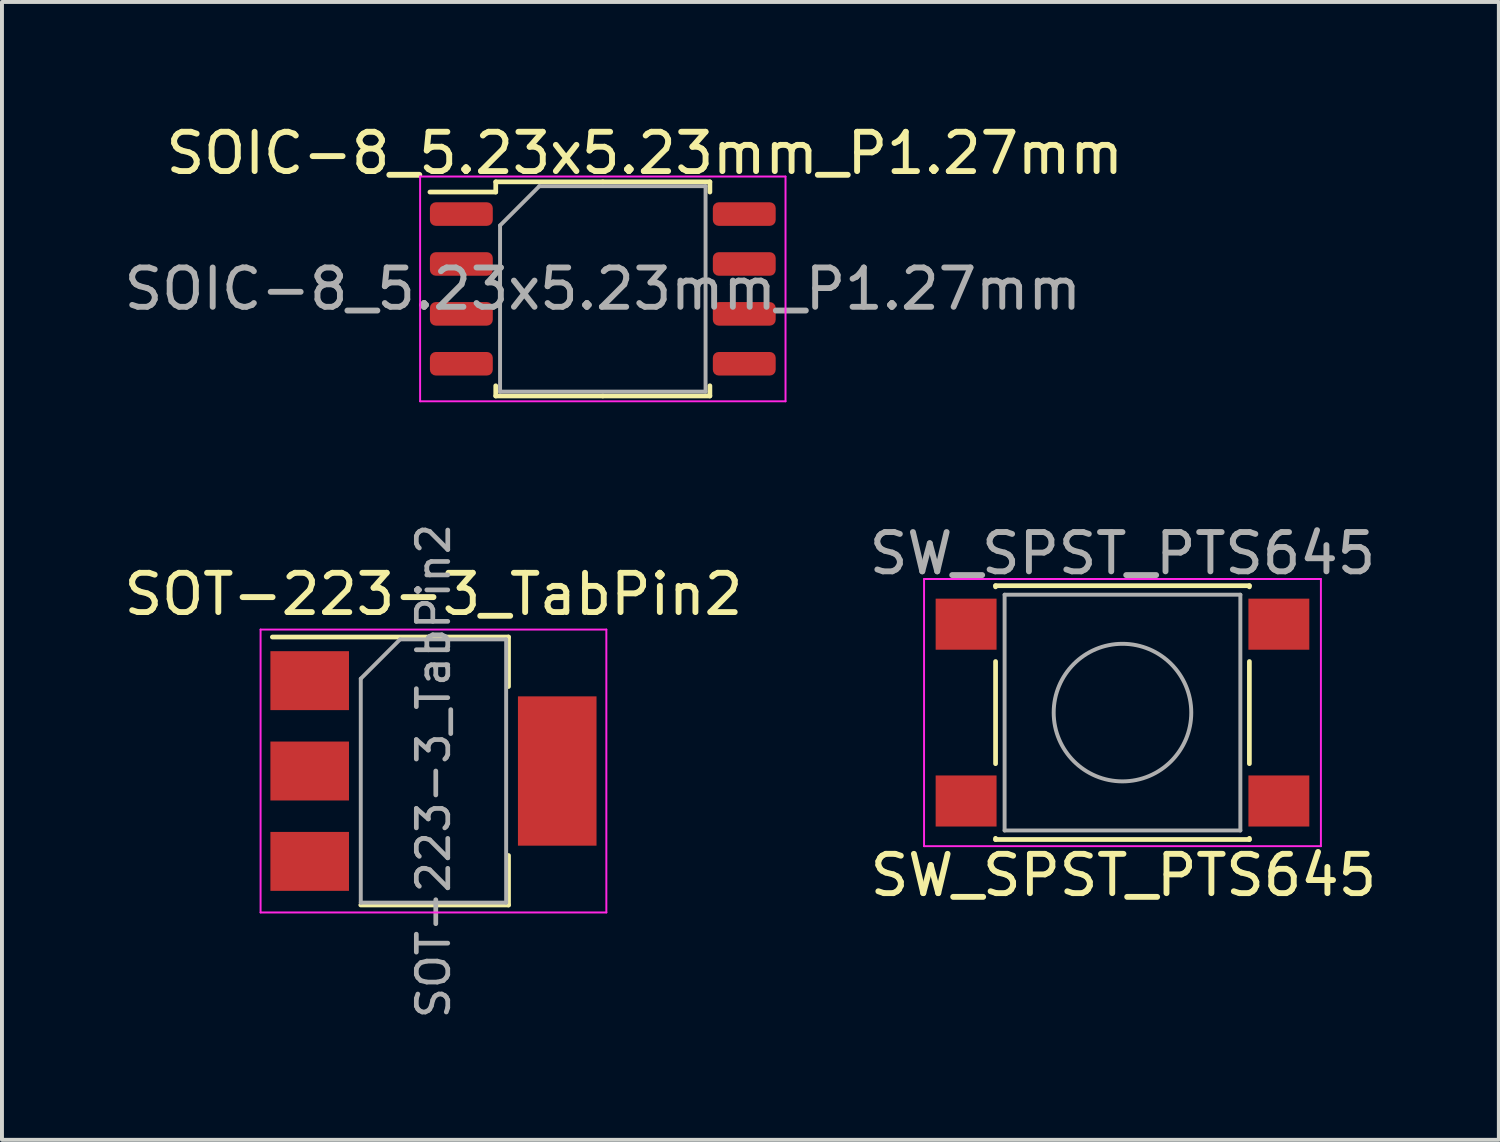
<source format=kicad_pcb>
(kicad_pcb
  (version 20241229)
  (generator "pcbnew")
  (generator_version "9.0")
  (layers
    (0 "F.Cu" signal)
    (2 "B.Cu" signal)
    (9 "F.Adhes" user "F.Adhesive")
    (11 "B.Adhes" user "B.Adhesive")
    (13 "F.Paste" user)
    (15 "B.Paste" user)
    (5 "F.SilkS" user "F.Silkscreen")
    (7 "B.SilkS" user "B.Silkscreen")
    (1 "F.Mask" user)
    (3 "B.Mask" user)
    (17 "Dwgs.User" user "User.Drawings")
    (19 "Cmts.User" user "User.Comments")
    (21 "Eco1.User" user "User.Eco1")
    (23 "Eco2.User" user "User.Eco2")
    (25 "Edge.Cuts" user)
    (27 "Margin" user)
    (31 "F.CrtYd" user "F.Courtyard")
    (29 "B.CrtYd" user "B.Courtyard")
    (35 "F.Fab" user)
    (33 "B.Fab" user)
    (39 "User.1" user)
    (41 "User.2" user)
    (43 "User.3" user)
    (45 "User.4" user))
  (footprint "SOT-223-3_TabPin2"
    (placed yes)
    (layer "F.Cu")
    (at 7.982 16.573)
    (property "Reference" "SOT-223-3_TabPin2" (at 0 -4.5 0) (layer "F.SilkS") (effects (font (size 1 1) (thickness 0.15))))
    (attr smd)
    (fp_line (start -4.1 -3.41) (end 1.91 -3.41) (stroke (width 0.12) (type solid)) (layer "F.SilkS"))
    (fp_line (start -1.85 3.41) (end 1.91 3.41) (stroke (width 0.12) (type solid)) (layer "F.SilkS"))
    (fp_line (start 1.91 -3.41) (end 1.91 -2.15) (stroke (width 0.12) (type solid)) (layer "F.SilkS"))
    (fp_line (start 1.91 3.41) (end 1.91 2.15) (stroke (width 0.12) (type solid)) (layer "F.SilkS"))
    (fp_line (start -4.4 -3.6) (end -4.4 3.6) (stroke (width 0.05) (type solid)) (layer "F.CrtYd"))
    (fp_line (start -4.4 3.6) (end 4.4 3.6) (stroke (width 0.05) (type solid)) (layer "F.CrtYd"))
    (fp_line (start 4.4 -3.6) (end -4.4 -3.6) (stroke (width 0.05) (type solid)) (layer "F.CrtYd"))
    (fp_line (start 4.4 3.6) (end 4.4 -3.6) (stroke (width 0.05) (type solid)) (layer "F.CrtYd"))
    (fp_line (start -1.85 -2.35) (end -1.85 3.35) (stroke (width 0.1) (type solid)) (layer "F.Fab"))
    (fp_line (start -1.85 -2.35) (end -0.85 -3.35) (stroke (width 0.1) (type solid)) (layer "F.Fab"))
    (fp_line (start -1.85 3.35) (end 1.85 3.35) (stroke (width 0.1) (type solid)) (layer "F.Fab"))
    (fp_line (start -0.85 -3.35) (end 1.85 -3.35) (stroke (width 0.1) (type solid)) (layer "F.Fab"))
    (fp_line (start 1.85 -3.35) (end 1.85 3.35) (stroke (width 0.1) (type solid)) (layer "F.Fab"))
    (fp_text user "${REFERENCE}" (at 0 0 90) (layer "F.Fab") (effects (font (size 0.8 0.8) (thickness 0.12))))
    (pad "1" smd rect (at -3.15 -2.3 180) (size 2 1.5) (layers "F.Cu" "F.Mask" "F.Paste"))
    (pad "2" smd rect (at -3.15 0 180) (size 2 1.5) (layers "F.Cu" "F.Mask" "F.Paste"))
    (pad "2" smd rect (at 3.15 0 180) (size 2 3.8) (layers "F.Cu" "F.Mask" "F.Paste"))
    (pad "3" smd rect (at -3.15 2.3 180) (size 2 1.5) (layers "F.Cu" "F.Mask" "F.Paste")))
  (footprint "SOIC-8_5.23x5.23mm_P1.27mm"
    (layer "F.Cu")
    (at 12.292 4.303)
    (property "Reference" "SOIC-8_5.23x5.23mm_P1.27mm" (at 1.067 -3.454 0) (layer "F.SilkS") (effects (font (size 1 1) (thickness 0.15))))
    (attr smd)
    (fp_line (start -2.725 -2.725) (end -2.725 -2.465) (stroke (width 0.12) (type solid)) (layer "F.SilkS"))
    (fp_line (start -2.725 -2.465) (end -4.4 -2.465) (stroke (width 0.12) (type solid)) (layer "F.SilkS"))
    (fp_line (start -2.725 2.725) (end -2.725 2.465) (stroke (width 0.12) (type solid)) (layer "F.SilkS"))
    (fp_line (start 0 -2.725) (end -2.725 -2.725) (stroke (width 0.12) (type solid)) (layer "F.SilkS"))
    (fp_line (start 0 -2.725) (end 2.725 -2.725) (stroke (width 0.12) (type solid)) (layer "F.SilkS"))
    (fp_line (start 0 2.725) (end -2.725 2.725) (stroke (width 0.12) (type solid)) (layer "F.SilkS"))
    (fp_line (start 0 2.725) (end 2.725 2.725) (stroke (width 0.12) (type solid)) (layer "F.SilkS"))
    (fp_line (start 2.725 -2.725) (end 2.725 -2.465) (stroke (width 0.12) (type solid)) (layer "F.SilkS"))
    (fp_line (start 2.725 2.725) (end 2.725 2.465) (stroke (width 0.12) (type solid)) (layer "F.SilkS"))
    (fp_line (start -4.65 -2.86) (end -4.65 2.86) (stroke (width 0.05) (type solid)) (layer "F.CrtYd"))
    (fp_line (start -4.65 2.86) (end 4.65 2.86) (stroke (width 0.05) (type solid)) (layer "F.CrtYd"))
    (fp_line (start 4.65 -2.86) (end -4.65 -2.86) (stroke (width 0.05) (type solid)) (layer "F.CrtYd"))
    (fp_line (start 4.65 2.86) (end 4.65 -2.86) (stroke (width 0.05) (type solid)) (layer "F.CrtYd"))
    (fp_line (start -2.615 -1.615) (end -1.615 -2.615) (stroke (width 0.1) (type solid)) (layer "F.Fab"))
    (fp_line (start -2.615 2.615) (end -2.615 -1.615) (stroke (width 0.1) (type solid)) (layer "F.Fab"))
    (fp_line (start -1.615 -2.615) (end 2.615 -2.615) (stroke (width 0.1) (type solid)) (layer "F.Fab"))
    (fp_line (start 2.615 -2.615) (end 2.615 2.615) (stroke (width 0.1) (type solid)) (layer "F.Fab"))
    (fp_line (start 2.615 2.615) (end -2.615 2.615) (stroke (width 0.1) (type solid)) (layer "F.Fab"))
    (fp_text user "${REFERENCE}" (at 0 0 0) (layer "F.Fab") (effects (font (size 1 1) (thickness 0.15))))
    (pad "1" smd roundrect (at -3.6 -1.905 180) (size 1.6 0.6) (layers "F.Cu" "F.Mask" "F.Paste") (roundrect_rratio 0.25))
    (pad "2" smd roundrect (at -3.6 -0.635 180) (size 1.6 0.6) (layers "F.Cu" "F.Mask" "F.Paste") (roundrect_rratio 0.25))
    (pad "3" smd roundrect (at -3.6 0.635 180) (size 1.6 0.6) (layers "F.Cu" "F.Mask" "F.Paste") (roundrect_rratio 0.25))
    (pad "4" smd roundrect (at -3.6 1.905 180) (size 1.6 0.6) (layers "F.Cu" "F.Mask" "F.Paste") (roundrect_rratio 0.25))
    (pad "5" smd roundrect (at 3.6 1.905 180) (size 1.6 0.6) (layers "F.Cu" "F.Mask" "F.Paste") (roundrect_rratio 0.25))
    (pad "6" smd roundrect (at 3.6 0.635 180) (size 1.6 0.6) (layers "F.Cu" "F.Mask" "F.Paste") (roundrect_rratio 0.25))
    (pad "7" smd roundrect (at 3.6 -0.635 180) (size 1.6 0.6) (layers "F.Cu" "F.Mask" "F.Paste") (roundrect_rratio 0.25))
    (pad "8" smd roundrect (at 3.6 -1.905 180) (size 1.6 0.6) (layers "F.Cu" "F.Mask" "F.Paste") (roundrect_rratio 0.25)))
  (footprint "SW_SPST_PTS645"
    (layer "F.Cu")
    (at 25.518 15.086)
    (property "Reference" "SW_SPST_PTS645" (at 0.025 4.14 0) (layer "F.SilkS") (effects (font (size 1 1) (thickness 0.15))))
    (attr smd)
    (fp_line (start -3.23 -3.23) (end 3.23 -3.23) (stroke (width 0.12) (type solid)) (layer "F.SilkS"))
    (fp_line (start -3.23 -3.2) (end -3.23 -3.23) (stroke (width 0.12) (type solid)) (layer "F.SilkS"))
    (fp_line (start -3.23 -1.3) (end -3.23 1.3) (stroke (width 0.12) (type solid)) (layer "F.SilkS"))
    (fp_line (start -3.23 3.23) (end -3.23 3.2) (stroke (width 0.12) (type solid)) (layer "F.SilkS"))
    (fp_line (start -3.23 3.23) (end 3.23 3.23) (stroke (width 0.12) (type solid)) (layer "F.SilkS"))
    (fp_line (start 3.23 -3.23) (end 3.23 -3.2) (stroke (width 0.12) (type solid)) (layer "F.SilkS"))
    (fp_line (start 3.23 -1.3) (end 3.23 1.3) (stroke (width 0.12) (type solid)) (layer "F.SilkS"))
    (fp_line (start 3.23 3.23) (end 3.23 3.2) (stroke (width 0.12) (type solid)) (layer "F.SilkS"))
    (fp_line (start -5.05 -3.4) (end -5.05 3.4) (stroke (width 0.05) (type solid)) (layer "F.CrtYd"))
    (fp_line (start -5.05 -3.4) (end 5.05 -3.4) (stroke (width 0.05) (type solid)) (layer "F.CrtYd"))
    (fp_line (start -5.05 3.4) (end 5.05 3.4) (stroke (width 0.05) (type solid)) (layer "F.CrtYd"))
    (fp_line (start 5.05 3.4) (end 5.05 -3.4) (stroke (width 0.05) (type solid)) (layer "F.CrtYd"))
    (fp_line (start -3 -3) (end -3 3) (stroke (width 0.1) (type solid)) (layer "F.Fab"))
    (fp_line (start -3 3) (end 3 3) (stroke (width 0.1) (type solid)) (layer "F.Fab"))
    (fp_line (start 3 -3) (end -3 -3) (stroke (width 0.1) (type solid)) (layer "F.Fab"))
    (fp_line (start 3 3) (end 3 -3) (stroke (width 0.1) (type solid)) (layer "F.Fab"))
    (fp_circle (center 0 0) (end 1.75 -0.05) (stroke (width 0.1) (type solid)) (fill no) (layer "F.Fab"))
    (fp_text user "${REFERENCE}" (at 0 -4.05 0) (layer "F.Fab") (effects (font (size 1 1) (thickness 0.15))))
    (pad "1" smd rect (at -3.98 -2.25 180) (size 1.55 1.3) (layers "F.Cu" "F.Mask" "F.Paste"))
    (pad "1" smd rect (at 3.98 -2.25 180) (size 1.55 1.3) (layers "F.Cu" "F.Mask" "F.Paste"))
    (pad "2" smd rect (at -3.98 2.25 180) (size 1.55 1.3) (layers "F.Cu" "F.Mask" "F.Paste"))
    (pad "2" smd rect (at 3.98 2.25 180) (size 1.55 1.3) (layers "F.Cu" "F.Mask" "F.Paste")))
  (gr_rect
    (start -3 -3)
    (end 35.097 25.959)
    (stroke (width 0.1) (type default))
    (fill no)
    (layer "Edge.Cuts")))
</source>
